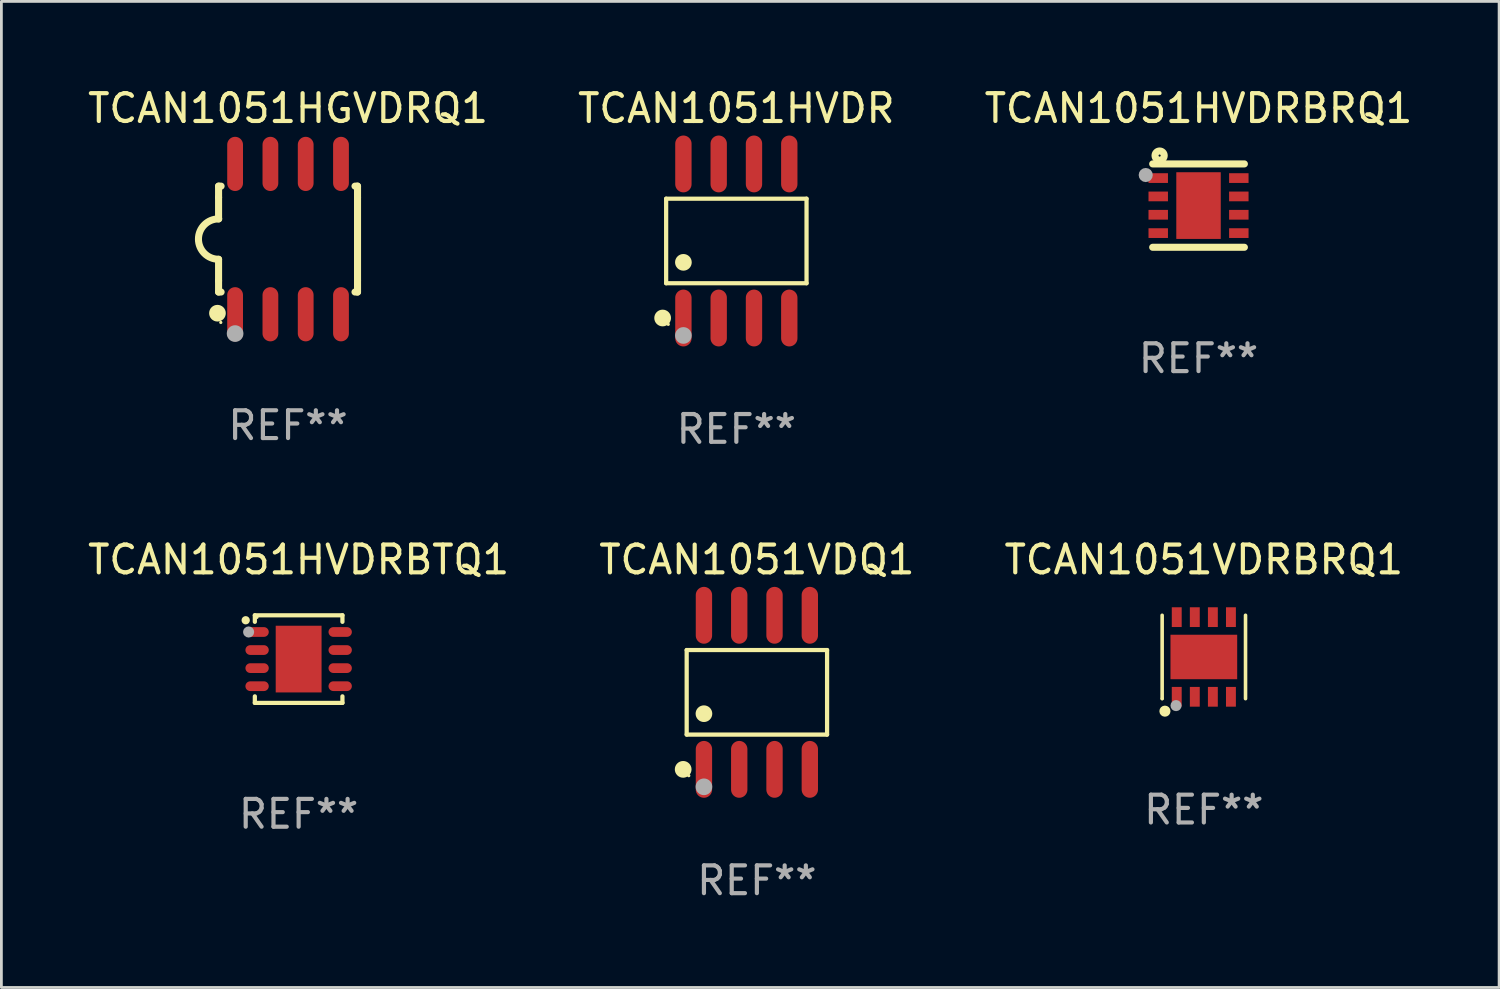
<source format=kicad_pcb>
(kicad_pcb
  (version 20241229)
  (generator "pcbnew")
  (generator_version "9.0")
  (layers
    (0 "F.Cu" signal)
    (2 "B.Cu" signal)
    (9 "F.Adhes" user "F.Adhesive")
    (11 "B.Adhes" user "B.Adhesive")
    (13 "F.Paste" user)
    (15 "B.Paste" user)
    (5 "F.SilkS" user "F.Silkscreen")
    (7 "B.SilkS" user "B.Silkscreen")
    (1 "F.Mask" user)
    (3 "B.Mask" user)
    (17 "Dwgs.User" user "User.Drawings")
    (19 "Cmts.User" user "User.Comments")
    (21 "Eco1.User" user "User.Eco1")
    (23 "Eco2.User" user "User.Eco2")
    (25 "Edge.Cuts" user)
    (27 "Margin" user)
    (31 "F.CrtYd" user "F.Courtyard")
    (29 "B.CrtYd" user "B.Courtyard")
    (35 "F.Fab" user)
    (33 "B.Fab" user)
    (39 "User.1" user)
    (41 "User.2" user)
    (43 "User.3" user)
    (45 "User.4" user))
  (footprint "TCAN1051VDRBRQ1"
    (layer "F.Cu")
    (at 40.268 20.59)
    (property "Reference" "TCAN1051VDRBRQ1" (at 0 -3.5 0) (layer "F.SilkS") (effects (font (size 1 1) (thickness 0.15))))
    (attr through_hole)
    (fp_line (start -1.5 1.5) (end -1.5 -1.5) (stroke (width 0.129) (type solid)) (layer "F.SilkS"))
    (fp_line (start 1.5 -1.5) (end 1.5 1.5) (stroke (width 0.129) (type solid)) (layer "F.SilkS"))
    (fp_circle (center -1.5 1.5) (end -1.47 1.5) (stroke (width 0.06) (type solid)) (fill no) (layer "F.SilkS"))
    (fp_circle (center -1.4 1.95) (end -1.3 1.95) (stroke (width 0.2) (type solid)) (fill no) (layer "F.SilkS"))
    (fp_circle (center -1 1.75) (end -0.9 1.75) (stroke (width 0.2) (type solid)) (fill no) (layer "F.Fab"))
    (fp_text user "REF**" (at 0 5.5 0) (layer "F.Fab") (effects (font (size 1 1) (thickness 0.15))))
    (pad "1" smd rect (at -0.975 1.433) (size 0.356 0.711) (layers "F.Cu" "F.Mask" "F.Paste"))
    (pad "2" smd rect (at -0.325 1.433) (size 0.356 0.711) (layers "F.Cu" "F.Mask" "F.Paste"))
    (pad "3" smd rect (at 0.325 1.433) (size 0.356 0.711) (layers "F.Cu" "F.Mask" "F.Paste"))
    (pad "4" smd rect (at 0.975 1.433) (size 0.356 0.711) (layers "F.Cu" "F.Mask" "F.Paste"))
    (pad "5" smd rect (at 0.975 -1.433) (size 0.356 0.711) (layers "F.Cu" "F.Mask" "F.Paste"))
    (pad "6" smd rect (at 0.325 -1.433) (size 0.356 0.711) (layers "F.Cu" "F.Mask" "F.Paste"))
    (pad "7" smd rect (at -0.325 -1.433) (size 0.356 0.711) (layers "F.Cu" "F.Mask" "F.Paste"))
    (pad "8" smd rect (at -0.975 -1.433) (size 0.356 0.711) (layers "F.Cu" "F.Mask" "F.Paste"))
    (pad "9" smd rect (at 0 0) (size 2.4 1.6) (layers "F.Cu" "F.Mask" "F.Paste")))
  (footprint "TCAN1051HVDRBRQ1"
    (layer "F.Cu")
    (at 40.077 4.348)
    (property "Reference" "TCAN1051HVDRBRQ1" (at 0 -3.5 0) (layer "F.SilkS") (effects (font (size 1 1) (thickness 0.15))))
    (attr through_hole)
    (fp_line (start -1.65 -1.5) (end 1.65 -1.5) (stroke (width 0.254) (type solid)) (layer "F.SilkS"))
    (fp_line (start -1.65 1.5) (end 1.65 1.5) (stroke (width 0.254) (type solid)) (layer "F.SilkS"))
    (fp_circle (center -1.5 -1.5) (end -1.47 -1.5) (stroke (width 0.06) (type solid)) (fill no) (layer "F.SilkS"))
    (fp_circle (center -1.4 -1.8) (end -1.235 -1.8) (stroke (width 0.254) (type solid)) (fill no) (layer "F.SilkS"))
    (fp_circle (center -1.9 -1.1) (end -1.773 -1.1) (stroke (width 0.254) (type solid)) (fill no) (layer "F.Fab"))
    (fp_text user "REF**" (at 0 5.5 0) (layer "F.Fab") (effects (font (size 1 1) (thickness 0.15))))
    (pad "1" smd rect (at -1.45 -0.99 180) (size 0.7 0.35) (layers "F.Cu" "F.Mask" "F.Paste"))
    (pad "2" smd rect (at -1.45 -0.33 180) (size 0.7 0.35) (layers "F.Cu" "F.Mask" "F.Paste"))
    (pad "3" smd rect (at -1.45 0.33 180) (size 0.7 0.35) (layers "F.Cu" "F.Mask" "F.Paste"))
    (pad "4" smd rect (at -1.45 0.99 180) (size 0.7 0.35) (layers "F.Cu" "F.Mask" "F.Paste"))
    (pad "5" smd rect (at 1.45 0.99 180) (size 0.7 0.35) (layers "F.Cu" "F.Mask" "F.Paste"))
    (pad "6" smd rect (at 1.45 0.33 180) (size 0.7 0.35) (layers "F.Cu" "F.Mask" "F.Paste"))
    (pad "7" smd rect (at 1.45 -0.33 180) (size 0.7 0.35) (layers "F.Cu" "F.Mask" "F.Paste"))
    (pad "8" smd rect (at 1.45 -0.99 180) (size 0.7 0.35) (layers "F.Cu" "F.Mask" "F.Paste"))
    (pad "9" smd rect (at 0 -0.000394 90) (size 2.4 1.6) (layers "F.Cu" "F.Mask" "F.Paste")))
  (footprint "TCAN1051VDQ1"
    (layer "F.Cu")
    (at 24.185 21.862)
    (property "Reference" "TCAN1051VDQ1" (at 0 -4.772 0) (layer "F.SilkS") (effects (font (size 1 1) (thickness 0.15))))
    (attr through_hole)
    (fp_line (start -2.526 -1.521) (end 2.526 -1.521) (stroke (width 0.152) (type solid)) (layer "F.SilkS"))
    (fp_line (start -2.526 1.521) (end -2.526 -1.521) (stroke (width 0.152) (type solid)) (layer "F.SilkS"))
    (fp_line (start 2.526 -1.521) (end 2.526 1.521) (stroke (width 0.152) (type solid)) (layer "F.SilkS"))
    (fp_line (start 2.526 1.521) (end -2.526 1.521) (stroke (width 0.152) (type solid)) (layer "F.SilkS"))
    (fp_circle (center -2.652 2.772) (end -2.501 2.772) (stroke (width 0.3) (type solid)) (fill no) (layer "F.SilkS"))
    (fp_circle (center -2.45 3) (end -2.42 3) (stroke (width 0.06) (type solid)) (fill no) (layer "F.SilkS"))
    (fp_circle (center -1.905 0.769) (end -1.755 0.769) (stroke (width 0.3) (type solid)) (fill no) (layer "F.SilkS"))
    (fp_circle (center -1.905 3.4) (end -1.755 3.4) (stroke (width 0.3) (type solid)) (fill no) (layer "F.Fab"))
    (fp_text user "REF**" (at 0 6.772 0) (layer "F.Fab") (effects (font (size 1 1) (thickness 0.15))))
    (pad "1" smd oval (at -1.905 2.772) (size 0.588 2.045) (layers "F.Cu" "F.Mask" "F.Paste"))
    (pad "2" smd oval (at -0.635 2.772) (size 0.588 2.045) (layers "F.Cu" "F.Mask" "F.Paste"))
    (pad "3" smd oval (at 0.635 2.772) (size 0.588 2.045) (layers "F.Cu" "F.Mask" "F.Paste"))
    (pad "4" smd oval (at 1.905 2.772) (size 0.588 2.045) (layers "F.Cu" "F.Mask" "F.Paste"))
    (pad "5" smd oval (at 1.905 -2.772) (size 0.588 2.045) (layers "F.Cu" "F.Mask" "F.Paste"))
    (pad "6" smd oval (at 0.635 -2.772) (size 0.588 2.045) (layers "F.Cu" "F.Mask" "F.Paste"))
    (pad "7" smd oval (at -0.635 -2.772) (size 0.588 2.045) (layers "F.Cu" "F.Mask" "F.Paste"))
    (pad "8" smd oval (at -1.905 -2.772) (size 0.588 2.045) (layers "F.Cu" "F.Mask" "F.Paste")))
  (footprint "TCAN1051HGVDRQ1"
    (layer "F.Cu")
    (at 7.315 5.553)
    (property "Reference" "TCAN1051HGVDRQ1" (at 0 -4.705 0) (layer "F.SilkS") (effects (font (size 1 1) (thickness 0.15))))
    (attr through_hole)
    (fp_line (start -2.5 -1.905) (end -2.409 -1.905) (stroke (width 0.254) (type solid)) (layer "F.SilkS"))
    (fp_line (start -2.5 -1.5) (end -2.5 -1.905) (stroke (width 0.254) (type solid)) (layer "F.SilkS"))
    (fp_line (start -2.5 -1.5) (end -2.5 -0.726) (stroke (width 0.254) (type solid)) (layer "F.SilkS"))
    (fp_line (start -2.5 1.5) (end -2.5 0.727) (stroke (width 0.254) (type solid)) (layer "F.SilkS"))
    (fp_line (start -2.5 1.5) (end -2.5 1.905) (stroke (width 0.254) (type solid)) (layer "F.SilkS"))
    (fp_line (start -2.5 1.905) (end -2.409 1.905) (stroke (width 0.254) (type solid)) (layer "F.SilkS"))
    (fp_line (start 2.5 -1.905) (end 2.409 -1.905) (stroke (width 0.254) (type solid)) (layer "F.SilkS"))
    (fp_line (start 2.5 -1.5) (end 2.5 -1.905) (stroke (width 0.254) (type solid)) (layer "F.SilkS"))
    (fp_line (start 2.5 -1.5) (end 2.5 1.5) (stroke (width 0.254) (type solid)) (layer "F.SilkS"))
    (fp_line (start 2.5 1.5) (end 2.5 1.905) (stroke (width 0.254) (type solid)) (layer "F.SilkS"))
    (fp_line (start 2.5 1.905) (end 2.409 1.905) (stroke (width 0.254) (type solid)) (layer "F.SilkS"))
    (fp_arc (start -2.5 0.726568) (mid -3.220316 -0.0023) (end -2.495097 -0.726289) (stroke (width 0.254001) (type solid)) (layer "F.SilkS"))
    (fp_circle (center -2.54 2.667) (end -2.39 2.667) (stroke (width 0.3) (type solid)) (fill no) (layer "F.SilkS"))
    (fp_circle (center -2.42 3) (end -2.39 3) (stroke (width 0.06) (type solid)) (fill no) (layer "F.SilkS"))
    (fp_circle (center -1.905 3.4) (end -1.755 3.4) (stroke (width 0.3) (type solid)) (fill no) (layer "F.Fab"))
    (fp_text user "REF**" (at 0 6.705 0) (layer "F.Fab") (effects (font (size 1 1) (thickness 0.15))))
    (pad "1" smd oval (at -1.905 2.705) (size 0.568 1.95) (layers "F.Cu" "F.Mask" "F.Paste"))
    (pad "2" smd oval (at -0.635 2.705) (size 0.568 1.95) (layers "F.Cu" "F.Mask" "F.Paste"))
    (pad "3" smd oval (at 0.635 2.705) (size 0.568 1.95) (layers "F.Cu" "F.Mask" "F.Paste"))
    (pad "4" smd oval (at 1.905 2.705) (size 0.568 1.95) (layers "F.Cu" "F.Mask" "F.Paste"))
    (pad "5" smd oval (at 1.905 -2.705) (size 0.568 1.95) (layers "F.Cu" "F.Mask" "F.Paste"))
    (pad "6" smd oval (at 0.635 -2.705) (size 0.568 1.95) (layers "F.Cu" "F.Mask" "F.Paste"))
    (pad "7" smd oval (at -0.635 -2.705) (size 0.568 1.95) (layers "F.Cu" "F.Mask" "F.Paste"))
    (pad "8" smd oval (at -1.905 -2.705) (size 0.568 1.95) (layers "F.Cu" "F.Mask" "F.Paste")))
  (footprint "TCAN1051HVDRBTQ1"
    (layer "F.Cu")
    (at 7.696 20.666)
    (property "Reference" "TCAN1051HVDRBTQ1" (at 0 -3.576 0) (layer "F.SilkS") (effects (font (size 1 1) (thickness 0.15))))
    (attr through_hole)
    (fp_line (start -1.576 -1.576) (end 1.576 -1.576) (stroke (width 0.152) (type solid)) (layer "F.SilkS"))
    (fp_line (start -1.576 -1.341) (end -1.576 -1.576) (stroke (width 0.152) (type solid)) (layer "F.SilkS"))
    (fp_line (start -1.576 1.341) (end -1.576 1.576) (stroke (width 0.152) (type solid)) (layer "F.SilkS"))
    (fp_line (start -1.576 1.576) (end 1.576 1.576) (stroke (width 0.152) (type solid)) (layer "F.SilkS"))
    (fp_line (start 1.576 -1.576) (end 1.576 -1.341) (stroke (width 0.152) (type solid)) (layer "F.SilkS"))
    (fp_line (start 1.576 1.576) (end 1.576 1.341) (stroke (width 0.152) (type solid)) (layer "F.SilkS"))
    (fp_circle (center -1.905 -1.397) (end -1.83 -1.397) (stroke (width 0.15) (type solid)) (fill no) (layer "F.SilkS"))
    (fp_circle (center -1.5 -1.5) (end -1.47 -1.5) (stroke (width 0.06) (type solid)) (fill no) (layer "F.SilkS"))
    (fp_circle (center -1.8 -0.975) (end -1.7 -0.975) (stroke (width 0.2) (type solid)) (fill no) (layer "F.Fab"))
    (fp_text user "REF**" (at 0 5.576 0) (layer "F.Fab") (effects (font (size 1 1) (thickness 0.15))))
    (pad "1" smd oval (at -1.495 -0.975) (size 0.84 0.35) (layers "F.Cu" "F.Mask" "F.Paste"))
    (pad "2" smd oval (at -1.495 -0.325) (size 0.84 0.35) (layers "F.Cu" "F.Mask" "F.Paste"))
    (pad "3" smd oval (at -1.495 0.325) (size 0.84 0.35) (layers "F.Cu" "F.Mask" "F.Paste"))
    (pad "4" smd oval (at -1.495 0.975) (size 0.84 0.35) (layers "F.Cu" "F.Mask" "F.Paste"))
    (pad "5" smd oval (at 1.495 0.975) (size 0.84 0.35) (layers "F.Cu" "F.Mask" "F.Paste"))
    (pad "6" smd oval (at 1.495 0.325) (size 0.84 0.35) (layers "F.Cu" "F.Mask" "F.Paste"))
    (pad "7" smd oval (at 1.495 -0.325) (size 0.84 0.35) (layers "F.Cu" "F.Mask" "F.Paste"))
    (pad "8" smd oval (at 1.495 -0.975) (size 0.84 0.35) (layers "F.Cu" "F.Mask" "F.Paste"))
    (pad "9" smd rect (at -0.000102 0.000102) (size 1.65 2.4) (layers "F.Cu" "F.Mask" "F.Paste")))
  (footprint "TCAN1051HVDR"
    (layer "F.Cu")
    (at 23.446 5.621)
    (property "Reference" "TCAN1051HVDR" (at 0 -4.772 0) (layer "F.SilkS") (effects (font (size 1 1) (thickness 0.15))))
    (attr through_hole)
    (fp_line (start -2.526 -1.521) (end 2.526 -1.521) (stroke (width 0.152) (type solid)) (layer "F.SilkS"))
    (fp_line (start -2.526 1.521) (end -2.526 -1.521) (stroke (width 0.152) (type solid)) (layer "F.SilkS"))
    (fp_line (start 2.526 -1.521) (end 2.526 1.521) (stroke (width 0.152) (type solid)) (layer "F.SilkS"))
    (fp_line (start 2.526 1.521) (end -2.526 1.521) (stroke (width 0.152) (type solid)) (layer "F.SilkS"))
    (fp_circle (center -2.652 2.772) (end -2.501 2.772) (stroke (width 0.3) (type solid)) (fill no) (layer "F.SilkS"))
    (fp_circle (center -2.45 3) (end -2.42 3) (stroke (width 0.06) (type solid)) (fill no) (layer "F.SilkS"))
    (fp_circle (center -1.905 0.769) (end -1.755 0.769) (stroke (width 0.3) (type solid)) (fill no) (layer "F.SilkS"))
    (fp_circle (center -1.905 3.4) (end -1.755 3.4) (stroke (width 0.3) (type solid)) (fill no) (layer "F.Fab"))
    (fp_text user "REF**" (at 0 6.772 0) (layer "F.Fab") (effects (font (size 1 1) (thickness 0.15))))
    (pad "1" smd oval (at -1.905 2.772) (size 0.588 2.045) (layers "F.Cu" "F.Mask" "F.Paste"))
    (pad "2" smd oval (at -0.635 2.772) (size 0.588 2.045) (layers "F.Cu" "F.Mask" "F.Paste"))
    (pad "3" smd oval (at 0.635 2.772) (size 0.588 2.045) (layers "F.Cu" "F.Mask" "F.Paste"))
    (pad "4" smd oval (at 1.905 2.772) (size 0.588 2.045) (layers "F.Cu" "F.Mask" "F.Paste"))
    (pad "5" smd oval (at 1.905 -2.772) (size 0.588 2.045) (layers "F.Cu" "F.Mask" "F.Paste"))
    (pad "6" smd oval (at 0.635 -2.772) (size 0.588 2.045) (layers "F.Cu" "F.Mask" "F.Paste"))
    (pad "7" smd oval (at -0.635 -2.772) (size 0.588 2.045) (layers "F.Cu" "F.Mask" "F.Paste"))
    (pad "8" smd oval (at -1.905 -2.772) (size 0.588 2.045) (layers "F.Cu" "F.Mask" "F.Paste")))
  (gr_rect
    (start -3 -3)
    (end 50.893 32.483)
    (stroke (width 0.1) (type default))
    (fill no)
    (layer "Edge.Cuts")))
</source>
